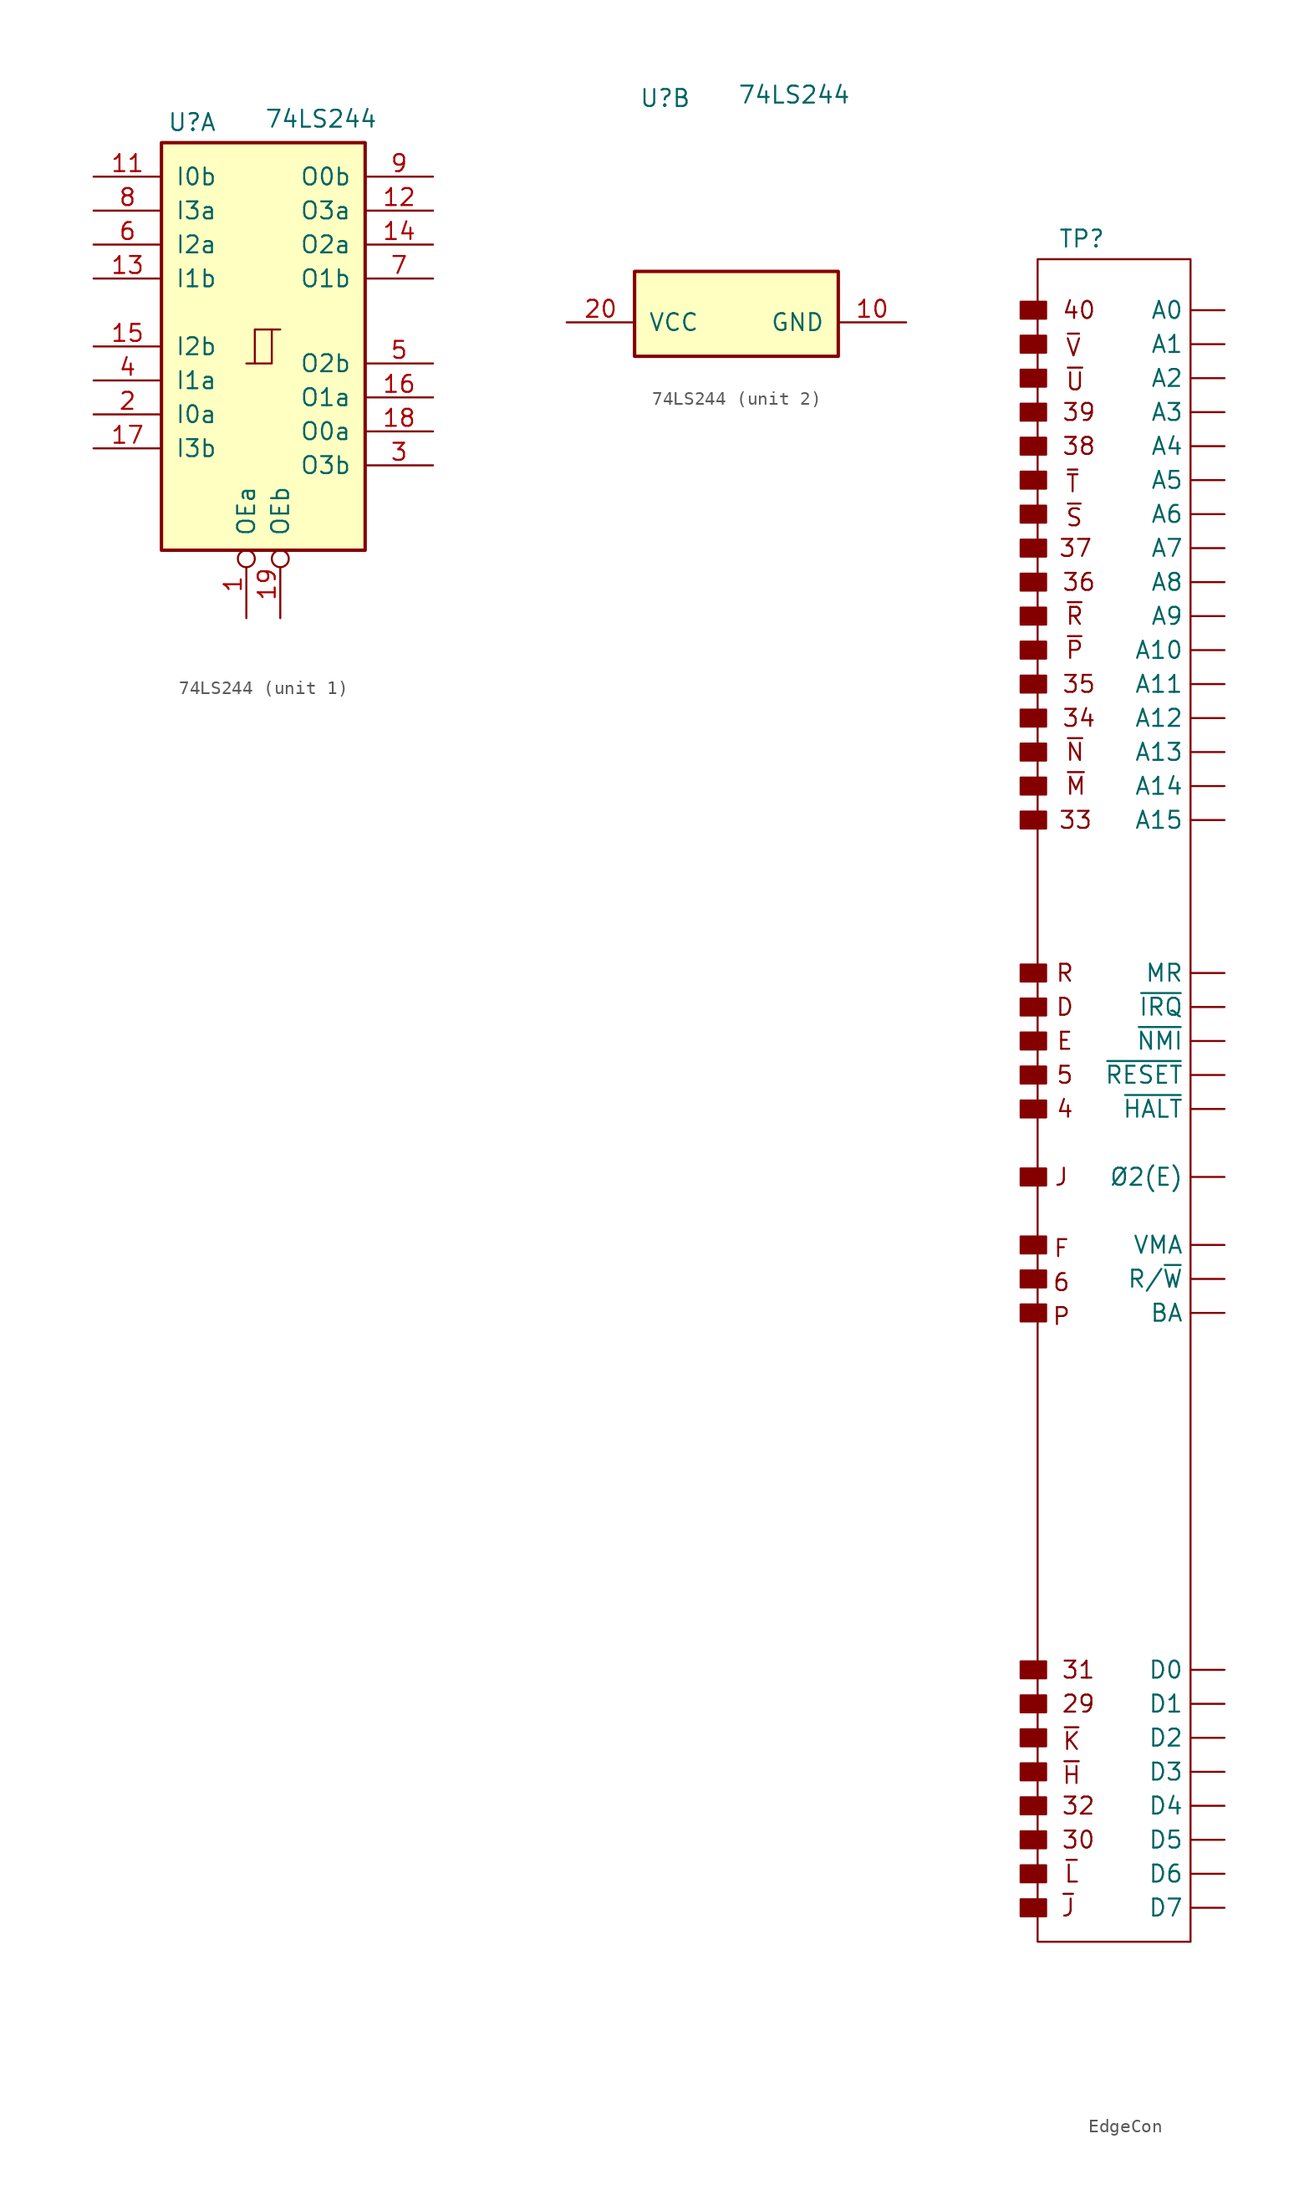
<source format=kicad_sym>
(kicad_symbol_lib
  (version 20241209)
  (generator "kicad_symbol_editor")
  (generator_version "9.0")
  (symbol "74LS244"
    (pin_names
      (offset 1.016))
    (property "Reference" "U"
      (at -5.334 16.764 0)
      (effects (font (size 1.27 1.27))))
    (property "Value" "74LS244"
      (at 4.318 17.018 0)
      (effects (font (size 1.27 1.27))))
    (property "ki_locked" ""
      (at 0 0 0)
      (effects (font (size 1.27 1.27))))
    (symbol "74LS244_1_0"
      (polyline (pts (xy -1.27 -1.27) (xy 0.635 -1.27) (xy 0.635 1.27) (xy 1.27 1.27)) (stroke (width 0) (type default)) (fill (type none)))
      (polyline (pts (xy -0.635 -1.27) (xy -0.635 1.27) (xy 0.635 1.27)) (stroke (width 0) (type default)) (fill (type none)))
      (pin input line (at -12.7 12.7 0) (length 5.08) (name "I0b" (effects (font (size 1.27 1.27)))) (number "11" (effects (font (size 1.27 1.27)))))
      (pin input line (at -12.7 10.16 0) (length 5.08) (name "I3a" (effects (font (size 1.27 1.27)))) (number "8" (effects (font (size 1.27 1.27)))))
      (pin input line (at -12.7 7.62 0) (length 5.08) (name "I2a" (effects (font (size 1.27 1.27)))) (number "6" (effects (font (size 1.27 1.27)))))
      (pin input line (at -12.7 5.08 0) (length 5.08) (name "I1b" (effects (font (size 1.27 1.27)))) (number "13" (effects (font (size 1.27 1.27)))))
      (pin input line (at -12.7 0 0) (length 5.08) (name "I2b" (effects (font (size 1.27 1.27)))) (number "15" (effects (font (size 1.27 1.27)))))
      (pin input line (at -12.7 -2.54 0) (length 5.08) (name "I1a" (effects (font (size 1.27 1.27)))) (number "4" (effects (font (size 1.27 1.27)))))
      (pin input line (at -12.7 -5.08 0) (length 5.08) (name "I0a" (effects (font (size 1.27 1.27)))) (number "2" (effects (font (size 1.27 1.27)))))
      (pin input line (at -12.7 -7.62 0) (length 5.08) (name "I3b" (effects (font (size 1.27 1.27)))) (number "17" (effects (font (size 1.27 1.27)))))
      (pin input inverted (at -1.27 -20.32 90) (length 5.08) (name "OEa" (effects (font (size 1.27 1.27)))) (number "1" (effects (font (size 1.27 1.27)))))
      (pin input inverted (at 1.27 -20.32 90) (length 5.08) (name "OEb" (effects (font (size 1.27 1.27)))) (number "19" (effects (font (size 1.27 1.27)))))
      (pin tri_state line (at 12.7 12.7 180) (length 5.08) (name "O0b" (effects (font (size 1.27 1.27)))) (number "9" (effects (font (size 1.27 1.27)))))
      (pin tri_state line (at 12.7 10.16 180) (length 5.08) (name "O3a" (effects (font (size 1.27 1.27)))) (number "12" (effects (font (size 1.27 1.27)))))
      (pin tri_state line (at 12.7 7.62 180) (length 5.08) (name "O2a" (effects (font (size 1.27 1.27)))) (number "14" (effects (font (size 1.27 1.27)))))
      (pin tri_state line (at 12.7 5.08 180) (length 5.08) (name "O1b" (effects (font (size 1.27 1.27)))) (number "7" (effects (font (size 1.27 1.27)))))
      (pin tri_state line (at 12.7 -1.27 180) (length 5.08) (name "O2b" (effects (font (size 1.27 1.27)))) (number "5" (effects (font (size 1.27 1.27)))))
      (pin tri_state line (at 12.7 -3.81 180) (length 5.08) (name "O1a" (effects (font (size 1.27 1.27)))) (number "16" (effects (font (size 1.27 1.27)))))
      (pin tri_state line (at 12.7 -6.35 180) (length 5.08) (name "O0a" (effects (font (size 1.27 1.27)))) (number "18" (effects (font (size 1.27 1.27)))))
      (pin tri_state line (at 12.7 -8.89 180) (length 5.08) (name "O3b" (effects (font (size 1.27 1.27)))) (number "3" (effects (font (size 1.27 1.27))))))
    (symbol "74LS244_1_1"
      (rectangle (start -7.62 15.24) (end 7.62 -15.24) (stroke (width 0.254) (type default)) (fill (type background))))
    (symbol "74LS244_2_0"
      (pin power_in line (at -12.7 0 0) (length 5.08) (name "VCC" (effects (font (size 1.27 1.27)))) (number "20" (effects (font (size 1.27 1.27)))))
      (pin power_in line (at 12.7 0 180) (length 5.08) (name "GND" (effects (font (size 1.27 1.27)))) (number "10" (effects (font (size 1.27 1.27))))))
    (symbol "74LS244_2_1"
      (rectangle (start -7.62 3.81) (end 7.62 -2.54) (stroke (width 0.254) (type default)) (fill (type background)))))
  (symbol "EdgeCon"
    (property "Reference" "TP"
      (at -4.318 53.594 0)
      (effects (font (size 1.27 1.27))))
    (property "Value" ""
      (at 0 0 0)
      (effects (font (size 1.27 1.27))))
    (symbol "EdgeCon_0_1"
      (rectangle (start -7.62 52.07) (end 3.81 -73.66) (stroke (width 0) (type default)) (fill (type none))))
    (symbol "EdgeCon_1_1"
      (rectangle (start -8.89 48.895) (end -6.985 47.625) (stroke (width 0) (type solid) (color 132 0 0 1)) (fill (type color) (color 132 0 0 1)))
      (rectangle (start -8.89 46.355) (end -6.985 45.085) (stroke (width 0) (type solid) (color 132 0 0 1)) (fill (type color) (color 132 0 0 1)))
      (rectangle (start -8.89 43.815) (end -6.985 42.545) (stroke (width 0) (type solid) (color 132 0 0 1)) (fill (type color) (color 132 0 0 1)))
      (rectangle (start -8.89 41.275) (end -6.985 40.005) (stroke (width 0) (type solid) (color 132 0 0 1)) (fill (type color) (color 132 0 0 1)))
      (rectangle (start -8.89 38.735) (end -6.985 37.465) (stroke (width 0) (type solid) (color 132 0 0 1)) (fill (type color) (color 132 0 0 1)))
      (rectangle (start -8.89 36.195) (end -6.985 34.925) (stroke (width 0) (type solid) (color 132 0 0 1)) (fill (type color) (color 132 0 0 1)))
      (rectangle (start -8.89 33.655) (end -6.985 32.385) (stroke (width 0) (type solid) (color 132 0 0 1)) (fill (type color) (color 132 0 0 1)))
      (rectangle (start -8.89 31.115) (end -6.985 29.845) (stroke (width 0) (type solid) (color 132 0 0 1)) (fill (type color) (color 132 0 0 1)))
      (rectangle (start -8.89 28.575) (end -6.985 27.305) (stroke (width 0) (type solid) (color 132 0 0 1)) (fill (type color) (color 132 0 0 1)))
      (rectangle (start -8.89 26.035) (end -6.985 24.765) (stroke (width 0) (type solid) (color 132 0 0 1)) (fill (type color) (color 132 0 0 1)))
      (rectangle (start -8.89 23.495) (end -6.985 22.225) (stroke (width 0) (type solid) (color 132 0 0 1)) (fill (type color) (color 132 0 0 1)))
      (rectangle (start -8.89 20.955) (end -6.985 19.685) (stroke (width 0) (type solid) (color 132 0 0 1)) (fill (type color) (color 132 0 0 1)))
      (rectangle (start -8.89 18.415) (end -6.985 17.145) (stroke (width 0) (type solid) (color 132 0 0 1)) (fill (type color) (color 132 0 0 1)))
      (rectangle (start -8.89 15.875) (end -6.985 14.605) (stroke (width 0) (type solid) (color 132 0 0 1)) (fill (type color) (color 132 0 0 1)))
      (rectangle (start -8.89 13.335) (end -6.985 12.065) (stroke (width 0) (type solid) (color 132 0 0 1)) (fill (type color) (color 132 0 0 1)))
      (rectangle (start -8.89 10.795) (end -6.985 9.525) (stroke (width 0) (type solid) (color 132 0 0 1)) (fill (type color) (color 132 0 0 1)))
      (rectangle (start -8.89 -0.635) (end -6.985 -1.905) (stroke (width 0) (type solid) (color 132 0 0 1)) (fill (type color) (color 132 0 0 1)))
      (rectangle (start -8.89 -3.175) (end -6.985 -4.445) (stroke (width 0) (type solid) (color 132 0 0 1)) (fill (type color) (color 132 0 0 1)))
      (rectangle (start -8.89 -5.715) (end -6.985 -6.985) (stroke (width 0) (type solid) (color 132 0 0 1)) (fill (type color) (color 132 0 0 1)))
      (rectangle (start -8.89 -8.255) (end -6.985 -9.525) (stroke (width 0) (type solid) (color 132 0 0 1)) (fill (type color) (color 132 0 0 1)))
      (rectangle (start -8.89 -10.795) (end -6.985 -12.065) (stroke (width 0) (type solid) (color 132 0 0 1)) (fill (type color) (color 132 0 0 1)))
      (rectangle (start -8.89 -15.875) (end -6.985 -17.145) (stroke (width 0) (type solid) (color 132 0 0 1)) (fill (type color) (color 132 0 0 1)))
      (rectangle (start -8.89 -20.955) (end -6.985 -22.225) (stroke (width 0) (type solid) (color 132 0 0 1)) (fill (type color) (color 132 0 0 1)))
      (rectangle (start -8.89 -23.495) (end -6.985 -24.765) (stroke (width 0) (type solid) (color 132 0 0 1)) (fill (type color) (color 132 0 0 1)))
      (rectangle (start -8.89 -26.035) (end -6.985 -27.305) (stroke (width 0) (type solid) (color 132 0 0 1)) (fill (type color) (color 132 0 0 1)))
      (rectangle (start -8.89 -52.705) (end -6.985 -53.975) (stroke (width 0) (type solid) (color 132 0 0 1)) (fill (type color) (color 132 0 0 1)))
      (rectangle (start -8.89 -55.245) (end -6.985 -56.515) (stroke (width 0) (type solid) (color 132 0 0 1)) (fill (type color) (color 132 0 0 1)))
      (rectangle (start -8.89 -57.785) (end -6.985 -59.055) (stroke (width 0) (type solid) (color 132 0 0 1)) (fill (type color) (color 132 0 0 1)))
      (rectangle (start -8.89 -60.325) (end -6.985 -61.595) (stroke (width 0) (type solid) (color 132 0 0 1)) (fill (type color) (color 132 0 0 1)))
      (rectangle (start -8.89 -62.865) (end -6.985 -64.135) (stroke (width 0) (type solid) (color 132 0 0 1)) (fill (type color) (color 132 0 0 1)))
      (rectangle (start -8.89 -65.405) (end -6.985 -66.675) (stroke (width 0) (type solid) (color 132 0 0 1)) (fill (type color) (color 132 0 0 1)))
      (rectangle (start -8.89 -67.945) (end -6.985 -69.215) (stroke (width 0) (type solid) (color 132 0 0 1)) (fill (type color) (color 132 0 0 1)))
      (rectangle (start -8.89 -70.485) (end -6.985 -71.755) (stroke (width 0) (type solid) (color 132 0 0 1)) (fill (type color) (color 132 0 0 1)))
      (text "37" (at -6.096 30.48 0) (effects (font (size 1.27 1.27)) (justify left)))
      (text "33" (at -6.096 10.16 0) (effects (font (size 1.27 1.27)) (justify left)))
      (text "40" (at -5.842 48.26 0) (effects (font (size 1.27 1.27)) (justify left)))
      (text "39" (at -5.842 40.64 0) (effects (font (size 1.27 1.27)) (justify left)))
      (text "38" (at -5.842 38.1 0) (effects (font (size 1.27 1.27)) (justify left)))
      (text "36" (at -5.842 27.94 0) (effects (font (size 1.27 1.27)) (justify left)))
      (text "35" (at -5.842 20.32 0) (effects (font (size 1.27 1.27)) (justify left)))
      (text "34" (at -5.842 17.78 0) (effects (font (size 1.27 1.27)) (justify left)))
      (text "J" (at -5.842 -16.51 0) (effects (font (size 1.27 1.27))))
      (text "F" (at -5.842 -21.844 0) (effects (font (size 1.27 1.27))))
      (text "6" (at -5.842 -24.384 0) (effects (font (size 1.27 1.27))))
      (text "P" (at -5.842 -26.924 0) (effects (font (size 1.27 1.27))))
      (text "~{V}" (at -5.588 45.466 0) (effects (font (size 1.27 1.27)) (justify left)))
      (text "~{U}" (at -5.588 42.926 0) (effects (font (size 1.27 1.27)) (justify left)))
      (text "~{T}" (at -5.588 35.306 0) (effects (font (size 1.27 1.27)) (justify left)))
      (text "~{S}" (at -5.588 32.766 0) (effects (font (size 1.27 1.27)) (justify left)))
      (text "~{R}" (at -5.588 25.4 0) (effects (font (size 1.27 1.27)) (justify left)))
      (text "~{P}" (at -5.588 22.86 0) (effects (font (size 1.27 1.27)) (justify left)))
      (text "~{N}" (at -5.588 15.24 0) (effects (font (size 1.27 1.27)) (justify left)))
      (text "~{M}" (at -5.588 12.7 0) (effects (font (size 1.27 1.27)) (justify left)))
      (text "R" (at -5.588 -1.27 0) (effects (font (size 1.27 1.27))))
      (text "D" (at -5.588 -3.81 0) (effects (font (size 1.27 1.27))))
      (text "E" (at -5.588 -6.35 0) (effects (font (size 1.27 1.27))))
      (text "5" (at -5.588 -8.89 0) (effects (font (size 1.27 1.27))))
      (text "4" (at -5.588 -11.43 0) (effects (font (size 1.27 1.27))))
      (text "~{J}" (at -5.334 -71.12 0) (effects (font (size 1.27 1.27))))
      (text "~{K}" (at -5.08 -58.674 0) (effects (font (size 1.27 1.27))))
      (text "~{H}" (at -5.08 -61.214 0) (effects (font (size 1.27 1.27))))
      (text "~{L}" (at -5.08 -68.58 0) (effects (font (size 1.27 1.27))))
      (text "31" (at -4.572 -53.34 0) (effects (font (size 1.27 1.27))))
      (text "29" (at -4.572 -55.88 0) (effects (font (size 1.27 1.27))))
      (text "32" (at -4.572 -63.5 0) (effects (font (size 1.27 1.27))))
      (text "30" (at -4.572 -66.04 0) (effects (font (size 1.27 1.27))))
      (pin bidirectional line (at 6.35 48.26 180) (length 2.54) (name "A0" (effects (font (size 1.27 1.27)))) (number "" (effects (font (size 1.27 1.27)))))
      (pin bidirectional line (at 6.35 45.72 180) (length 2.54) (name "A1" (effects (font (size 1.27 1.27)))) (number "" (effects (font (size 1.27 1.27)))))
      (pin bidirectional line (at 6.35 43.18 180) (length 2.54) (name "A2" (effects (font (size 1.27 1.27)))) (number "" (effects (font (size 1.27 1.27)))))
      (pin bidirectional line (at 6.35 40.64 180) (length 2.54) (name "A3" (effects (font (size 1.27 1.27)))) (number "" (effects (font (size 1.27 1.27)))))
      (pin bidirectional line (at 6.35 38.1 180) (length 2.54) (name "A4" (effects (font (size 1.27 1.27)))) (number "" (effects (font (size 1.27 1.27)))))
      (pin bidirectional line (at 6.35 35.56 180) (length 2.54) (name "A5" (effects (font (size 1.27 1.27)))) (number "" (effects (font (size 1.27 1.27)))))
      (pin bidirectional line (at 6.35 33.02 180) (length 2.54) (name "A6" (effects (font (size 1.27 1.27)))) (number "" (effects (font (size 1.27 1.27)))))
      (pin bidirectional line (at 6.35 30.48 180) (length 2.54) (name "A7" (effects (font (size 1.27 1.27)))) (number "" (effects (font (size 1.27 1.27)))))
      (pin bidirectional line (at 6.35 27.94 180) (length 2.54) (name "A8" (effects (font (size 1.27 1.27)))) (number "" (effects (font (size 1.27 1.27)))))
      (pin bidirectional line (at 6.35 25.4 180) (length 2.54) (name "A9" (effects (font (size 1.27 1.27)))) (number "" (effects (font (size 1.27 1.27)))))
      (pin bidirectional line (at 6.35 22.86 180) (length 2.54) (name "A10" (effects (font (size 1.27 1.27)))) (number "" (effects (font (size 1.27 1.27)))))
      (pin bidirectional line (at 6.35 20.32 180) (length 2.54) (name "A11" (effects (font (size 1.27 1.27)))) (number "" (effects (font (size 1.27 1.27)))))
      (pin bidirectional line (at 6.35 17.78 180) (length 2.54) (name "A12" (effects (font (size 1.27 1.27)))) (number "" (effects (font (size 1.27 1.27)))))
      (pin bidirectional line (at 6.35 15.24 180) (length 2.54) (name "A13" (effects (font (size 1.27 1.27)))) (number "" (effects (font (size 1.27 1.27)))))
      (pin bidirectional line (at 6.35 12.7 180) (length 2.54) (name "A14" (effects (font (size 1.27 1.27)))) (number "" (effects (font (size 1.27 1.27)))))
      (pin bidirectional line (at 6.35 10.16 180) (length 2.54) (name "A15" (effects (font (size 1.27 1.27)))) (number "" (effects (font (size 1.27 1.27)))))
      (pin bidirectional line (at 6.35 -1.27 180) (length 2.54) (name "MR" (effects (font (size 1.27 1.27)))) (number "" (effects (font (size 1.27 1.27)))))
      (pin bidirectional line (at 6.35 -3.81 180) (length 2.54) (name "~{IRQ}" (effects (font (size 1.27 1.27)))) (number "" (effects (font (size 1.27 1.27)))))
      (pin bidirectional line (at 6.35 -6.35 180) (length 2.54) (name "~{NMI}" (effects (font (size 1.27 1.27)))) (number "" (effects (font (size 1.27 1.27)))))
      (pin bidirectional line (at 6.35 -8.89 180) (length 2.54) (name "~{RESET}" (effects (font (size 1.27 1.27)))) (number "" (effects (font (size 1.27 1.27)))))
      (pin bidirectional line (at 6.35 -11.43 180) (length 2.54) (name "~{HALT}" (effects (font (size 1.27 1.27)))) (number "" (effects (font (size 1.27 1.27)))))
      (pin bidirectional line (at 6.35 -16.51 180) (length 2.54) (name "Ø2(E)" (effects (font (size 1.27 1.27)))) (number "" (effects (font (size 1.27 1.27)))))
      (pin bidirectional line (at 6.35 -21.59 180) (length 2.54) (name "VMA" (effects (font (size 1.27 1.27)))) (number "" (effects (font (size 1.27 1.27)))))
      (pin bidirectional line (at 6.35 -24.13 180) (length 2.54) (name "R/~{W}" (effects (font (size 1.27 1.27)))) (number "" (effects (font (size 1.27 1.27)))))
      (pin bidirectional line (at 6.35 -26.67 180) (length 2.54) (name "BA" (effects (font (size 1.27 1.27)))) (number "" (effects (font (size 1.27 1.27)))))
      (pin bidirectional line (at 6.35 -53.34 180) (length 2.54) (name "D0" (effects (font (size 1.27 1.27)))) (number "" (effects (font (size 1.27 1.27)))))
      (pin bidirectional line (at 6.35 -55.88 180) (length 2.54) (name "D1" (effects (font (size 1.27 1.27)))) (number "" (effects (font (size 1.27 1.27)))))
      (pin bidirectional line (at 6.35 -58.42 180) (length 2.54) (name "D2" (effects (font (size 1.27 1.27)))) (number "" (effects (font (size 1.27 1.27)))))
      (pin bidirectional line (at 6.35 -60.96 180) (length 2.54) (name "D3" (effects (font (size 1.27 1.27)))) (number "" (effects (font (size 1.27 1.27)))))
      (pin bidirectional line (at 6.35 -63.5 180) (length 2.54) (name "D4" (effects (font (size 1.27 1.27)))) (number "" (effects (font (size 1.27 1.27)))))
      (pin bidirectional line (at 6.35 -66.04 180) (length 2.54) (name "D5" (effects (font (size 1.27 1.27)))) (number "" (effects (font (size 1.27 1.27)))))
      (pin bidirectional line (at 6.35 -68.58 180) (length 2.54) (name "D6" (effects (font (size 1.27 1.27)))) (number "" (effects (font (size 1.27 1.27)))))
      (pin bidirectional line (at 6.35 -71.12 180) (length 2.54) (name "D7" (effects (font (size 1.27 1.27)))) (number "" (effects (font (size 1.27 1.27))))))))
</source>
